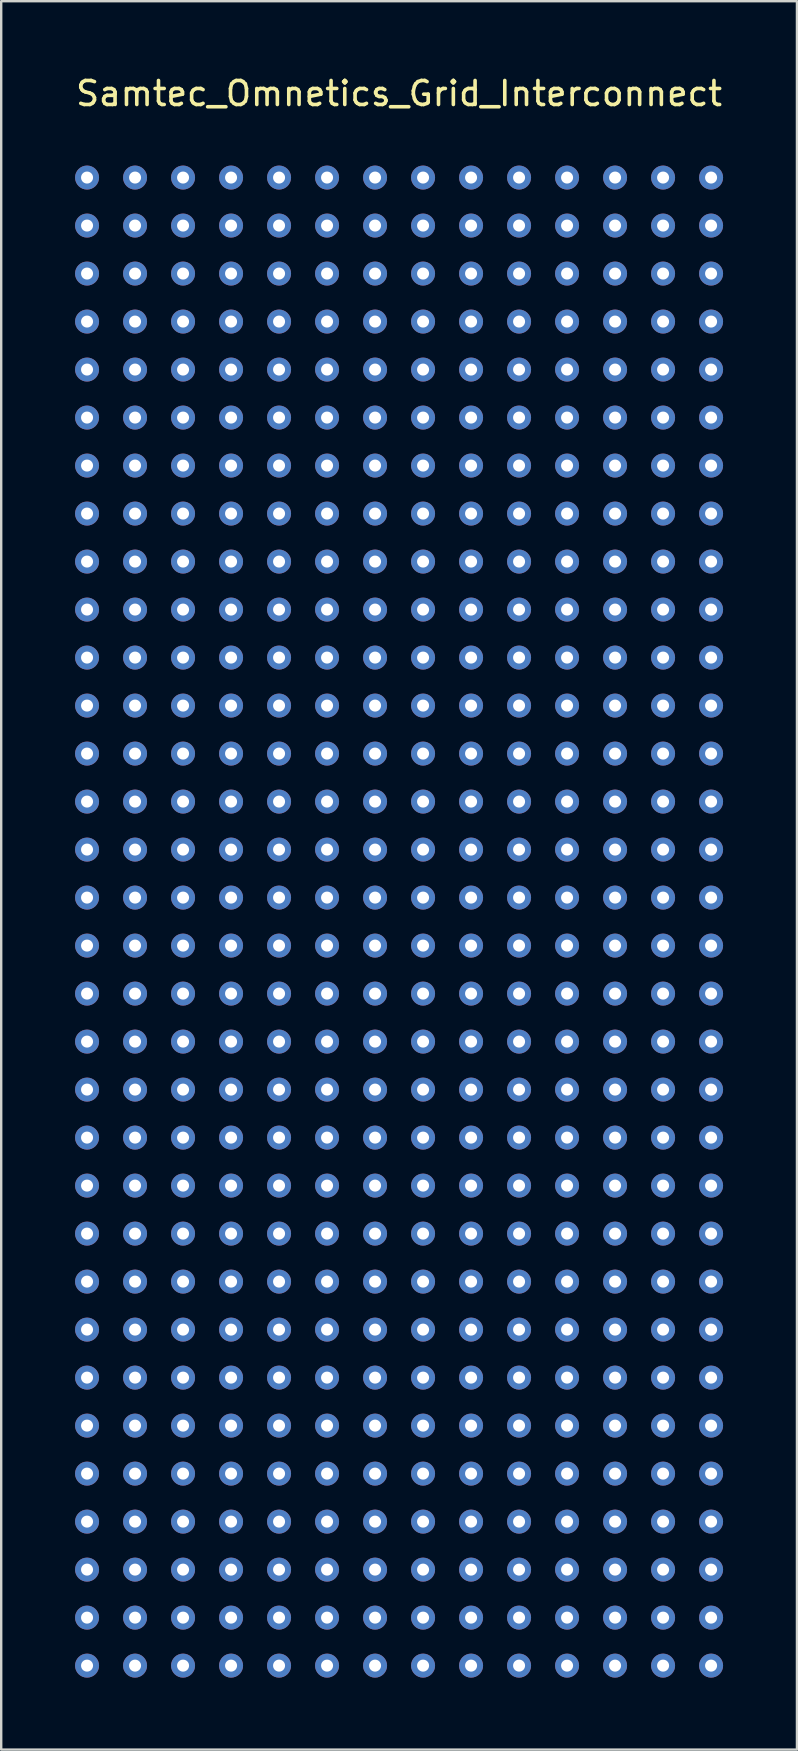
<source format=kicad_pcb>
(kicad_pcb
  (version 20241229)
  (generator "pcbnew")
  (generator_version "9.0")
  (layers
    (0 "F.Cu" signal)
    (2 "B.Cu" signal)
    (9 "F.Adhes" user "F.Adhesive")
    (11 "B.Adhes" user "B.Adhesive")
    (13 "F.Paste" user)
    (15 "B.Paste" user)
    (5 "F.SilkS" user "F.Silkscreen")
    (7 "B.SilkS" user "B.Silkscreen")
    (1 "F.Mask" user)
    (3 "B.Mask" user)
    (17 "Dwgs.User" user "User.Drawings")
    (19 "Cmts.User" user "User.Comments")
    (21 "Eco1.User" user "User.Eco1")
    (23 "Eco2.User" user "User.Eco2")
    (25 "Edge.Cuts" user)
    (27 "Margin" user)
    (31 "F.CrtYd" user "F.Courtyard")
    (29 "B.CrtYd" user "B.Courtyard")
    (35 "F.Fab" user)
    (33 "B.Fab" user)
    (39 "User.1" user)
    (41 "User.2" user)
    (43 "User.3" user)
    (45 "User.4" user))
  (footprint "Samtec_Omnetics_Grid_Interconnect"
    (layer "F.Cu")
    (at 13.577 0.348)
    (property "Reference" "Samtec_Omnetics_Grid_Interconnect" (at 0 0.5 0) (layer "F.SilkS") (effects (font (size 1 1) (thickness 0.15))))
    (attr through_hole)
    (pad "A1" thru_hole circle (at -13 4) (size 1 1) (drill 0.5) (layers "*.Cu" "*.Mask"))
    (pad "A2" thru_hole circle (at -13 6) (size 1 1) (drill 0.5) (layers "*.Cu" "*.Mask"))
    (pad "A3" thru_hole circle (at -13 8) (size 1 1) (drill 0.5) (layers "*.Cu" "*.Mask"))
    (pad "A4" thru_hole circle (at -13 10) (size 1 1) (drill 0.5) (layers "*.Cu" "*.Mask"))
    (pad "A5" thru_hole circle (at -13 12) (size 1 1) (drill 0.5) (layers "*.Cu" "*.Mask"))
    (pad "A6" thru_hole circle (at -13 14) (size 1 1) (drill 0.5) (layers "*.Cu" "*.Mask"))
    (pad "A7" thru_hole circle (at -13 16) (size 1 1) (drill 0.5) (layers "*.Cu" "*.Mask"))
    (pad "A8" thru_hole circle (at -13 18) (size 1 1) (drill 0.5) (layers "*.Cu" "*.Mask"))
    (pad "A9" thru_hole circle (at -13 20) (size 1 1) (drill 0.5) (layers "*.Cu" "*.Mask"))
    (pad "A10" thru_hole circle (at -13 22) (size 1 1) (drill 0.5) (layers "*.Cu" "*.Mask"))
    (pad "A11" thru_hole circle (at -13 24) (size 1 1) (drill 0.5) (layers "*.Cu" "*.Mask"))
    (pad "A12" thru_hole circle (at -13 26) (size 1 1) (drill 0.5) (layers "*.Cu" "*.Mask"))
    (pad "A13" thru_hole circle (at -13 28) (size 1 1) (drill 0.5) (layers "*.Cu" "*.Mask"))
    (pad "A14" thru_hole circle (at -13 30) (size 1 1) (drill 0.5) (layers "*.Cu" "*.Mask"))
    (pad "A15" thru_hole circle (at -13 32) (size 1 1) (drill 0.5) (layers "*.Cu" "*.Mask"))
    (pad "A16" thru_hole circle (at -13 34) (size 1 1) (drill 0.5) (layers "*.Cu" "*.Mask"))
    (pad "A17" thru_hole circle (at -13 36) (size 1 1) (drill 0.5) (layers "*.Cu" "*.Mask"))
    (pad "A18" thru_hole circle (at -13 38) (size 1 1) (drill 0.5) (layers "*.Cu" "*.Mask"))
    (pad "A19" thru_hole circle (at -13 40) (size 1 1) (drill 0.5) (layers "*.Cu" "*.Mask"))
    (pad "A20" thru_hole circle (at -13 42) (size 1 1) (drill 0.5) (layers "*.Cu" "*.Mask"))
    (pad "A21" thru_hole circle (at -13 44) (size 1 1) (drill 0.5) (layers "*.Cu" "*.Mask"))
    (pad "A22" thru_hole circle (at -13 46) (size 1 1) (drill 0.5) (layers "*.Cu" "*.Mask"))
    (pad "A23" thru_hole circle (at -13 48) (size 1 1) (drill 0.5) (layers "*.Cu" "*.Mask"))
    (pad "A24" thru_hole circle (at -13 50) (size 1 1) (drill 0.5) (layers "*.Cu" "*.Mask"))
    (pad "A25" thru_hole circle (at -13 52) (size 1 1) (drill 0.5) (layers "*.Cu" "*.Mask"))
    (pad "A26" thru_hole circle (at -13 54) (size 1 1) (drill 0.5) (layers "*.Cu" "*.Mask"))
    (pad "A27" thru_hole circle (at -13 56) (size 1 1) (drill 0.5) (layers "*.Cu" "*.Mask"))
    (pad "A28" thru_hole circle (at -13 58) (size 1 1) (drill 0.5) (layers "*.Cu" "*.Mask"))
    (pad "A29" thru_hole circle (at -13 60) (size 1 1) (drill 0.5) (layers "*.Cu" "*.Mask"))
    (pad "A30" thru_hole circle (at -13 62) (size 1 1) (drill 0.5) (layers "*.Cu" "*.Mask"))
    (pad "A31" thru_hole circle (at -13 64) (size 1 1) (drill 0.5) (layers "*.Cu" "*.Mask"))
    (pad "A32" thru_hole circle (at -13 66) (size 1 1) (drill 0.5) (layers "*.Cu" "*.Mask"))
    (pad "B1" thru_hole circle (at -11 4) (size 1 1) (drill 0.5) (layers "*.Cu" "*.Mask"))
    (pad "B2" thru_hole circle (at -11 6) (size 1 1) (drill 0.5) (layers "*.Cu" "*.Mask"))
    (pad "B3" thru_hole circle (at -11 8) (size 1 1) (drill 0.5) (layers "*.Cu" "*.Mask"))
    (pad "B4" thru_hole circle (at -11 10) (size 1 1) (drill 0.5) (layers "*.Cu" "*.Mask"))
    (pad "B5" thru_hole circle (at -11 12) (size 1 1) (drill 0.5) (layers "*.Cu" "*.Mask"))
    (pad "B6" thru_hole circle (at -11 14) (size 1 1) (drill 0.5) (layers "*.Cu" "*.Mask"))
    (pad "B7" thru_hole circle (at -11 16) (size 1 1) (drill 0.5) (layers "*.Cu" "*.Mask"))
    (pad "B8" thru_hole circle (at -11 18) (size 1 1) (drill 0.5) (layers "*.Cu" "*.Mask"))
    (pad "B9" thru_hole circle (at -11 20) (size 1 1) (drill 0.5) (layers "*.Cu" "*.Mask"))
    (pad "B10" thru_hole circle (at -11 22) (size 1 1) (drill 0.5) (layers "*.Cu" "*.Mask"))
    (pad "B11" thru_hole circle (at -11 24) (size 1 1) (drill 0.5) (layers "*.Cu" "*.Mask"))
    (pad "B12" thru_hole circle (at -11 26) (size 1 1) (drill 0.5) (layers "*.Cu" "*.Mask"))
    (pad "B13" thru_hole circle (at -11 28) (size 1 1) (drill 0.5) (layers "*.Cu" "*.Mask"))
    (pad "B14" thru_hole circle (at -11 30) (size 1 1) (drill 0.5) (layers "*.Cu" "*.Mask"))
    (pad "B15" thru_hole circle (at -11 32) (size 1 1) (drill 0.5) (layers "*.Cu" "*.Mask"))
    (pad "B16" thru_hole circle (at -11 34) (size 1 1) (drill 0.5) (layers "*.Cu" "*.Mask"))
    (pad "B17" thru_hole circle (at -11 36) (size 1 1) (drill 0.5) (layers "*.Cu" "*.Mask"))
    (pad "B18" thru_hole circle (at -11 38) (size 1 1) (drill 0.5) (layers "*.Cu" "*.Mask"))
    (pad "B19" thru_hole circle (at -11 40) (size 1 1) (drill 0.5) (layers "*.Cu" "*.Mask"))
    (pad "B20" thru_hole circle (at -11 42) (size 1 1) (drill 0.5) (layers "*.Cu" "*.Mask"))
    (pad "B21" thru_hole circle (at -11 44) (size 1 1) (drill 0.5) (layers "*.Cu" "*.Mask"))
    (pad "B22" thru_hole circle (at -11 46) (size 1 1) (drill 0.5) (layers "*.Cu" "*.Mask"))
    (pad "B23" thru_hole circle (at -11 48) (size 1 1) (drill 0.5) (layers "*.Cu" "*.Mask"))
    (pad "B24" thru_hole circle (at -11 50) (size 1 1) (drill 0.5) (layers "*.Cu" "*.Mask"))
    (pad "B25" thru_hole circle (at -11 52) (size 1 1) (drill 0.5) (layers "*.Cu" "*.Mask"))
    (pad "B26" thru_hole circle (at -11 54) (size 1 1) (drill 0.5) (layers "*.Cu" "*.Mask"))
    (pad "B27" thru_hole circle (at -11 56) (size 1 1) (drill 0.5) (layers "*.Cu" "*.Mask"))
    (pad "B28" thru_hole circle (at -11 58) (size 1 1) (drill 0.5) (layers "*.Cu" "*.Mask"))
    (pad "B29" thru_hole circle (at -11 60) (size 1 1) (drill 0.5) (layers "*.Cu" "*.Mask"))
    (pad "B30" thru_hole circle (at -11 62) (size 1 1) (drill 0.5) (layers "*.Cu" "*.Mask"))
    (pad "B31" thru_hole circle (at -11 64) (size 1 1) (drill 0.5) (layers "*.Cu" "*.Mask"))
    (pad "B32" thru_hole circle (at -11 66) (size 1 1) (drill 0.5) (layers "*.Cu" "*.Mask"))
    (pad "C1" thru_hole circle (at -9 4) (size 1 1) (drill 0.5) (layers "*.Cu" "*.Mask"))
    (pad "C2" thru_hole circle (at -9 6) (size 1 1) (drill 0.5) (layers "*.Cu" "*.Mask"))
    (pad "C3" thru_hole circle (at -9 8) (size 1 1) (drill 0.5) (layers "*.Cu" "*.Mask"))
    (pad "C4" thru_hole circle (at -9 10) (size 1 1) (drill 0.5) (layers "*.Cu" "*.Mask"))
    (pad "C5" thru_hole circle (at -9 12) (size 1 1) (drill 0.5) (layers "*.Cu" "*.Mask"))
    (pad "C6" thru_hole circle (at -9 14) (size 1 1) (drill 0.5) (layers "*.Cu" "*.Mask"))
    (pad "C7" thru_hole circle (at -9 16) (size 1 1) (drill 0.5) (layers "*.Cu" "*.Mask"))
    (pad "C8" thru_hole circle (at -9 18) (size 1 1) (drill 0.5) (layers "*.Cu" "*.Mask"))
    (pad "C9" thru_hole circle (at -9 20) (size 1 1) (drill 0.5) (layers "*.Cu" "*.Mask"))
    (pad "C10" thru_hole circle (at -9 22) (size 1 1) (drill 0.5) (layers "*.Cu" "*.Mask"))
    (pad "C11" thru_hole circle (at -9 24) (size 1 1) (drill 0.5) (layers "*.Cu" "*.Mask"))
    (pad "C12" thru_hole circle (at -9 26) (size 1 1) (drill 0.5) (layers "*.Cu" "*.Mask"))
    (pad "C13" thru_hole circle (at -9 28) (size 1 1) (drill 0.5) (layers "*.Cu" "*.Mask"))
    (pad "C14" thru_hole circle (at -9 30) (size 1 1) (drill 0.5) (layers "*.Cu" "*.Mask"))
    (pad "C15" thru_hole circle (at -9 32) (size 1 1) (drill 0.5) (layers "*.Cu" "*.Mask"))
    (pad "C16" thru_hole circle (at -9 34) (size 1 1) (drill 0.5) (layers "*.Cu" "*.Mask"))
    (pad "C17" thru_hole circle (at -9 36) (size 1 1) (drill 0.5) (layers "*.Cu" "*.Mask"))
    (pad "C18" thru_hole circle (at -9 38) (size 1 1) (drill 0.5) (layers "*.Cu" "*.Mask"))
    (pad "C19" thru_hole circle (at -9 40) (size 1 1) (drill 0.5) (layers "*.Cu" "*.Mask"))
    (pad "C20" thru_hole circle (at -9 42) (size 1 1) (drill 0.5) (layers "*.Cu" "*.Mask"))
    (pad "C21" thru_hole circle (at -9 44) (size 1 1) (drill 0.5) (layers "*.Cu" "*.Mask"))
    (pad "C22" thru_hole circle (at -9 46) (size 1 1) (drill 0.5) (layers "*.Cu" "*.Mask"))
    (pad "C23" thru_hole circle (at -9 48) (size 1 1) (drill 0.5) (layers "*.Cu" "*.Mask"))
    (pad "C24" thru_hole circle (at -9 50) (size 1 1) (drill 0.5) (layers "*.Cu" "*.Mask"))
    (pad "C25" thru_hole circle (at -9 52) (size 1 1) (drill 0.5) (layers "*.Cu" "*.Mask"))
    (pad "C26" thru_hole circle (at -9 54) (size 1 1) (drill 0.5) (layers "*.Cu" "*.Mask"))
    (pad "C27" thru_hole circle (at -9 56) (size 1 1) (drill 0.5) (layers "*.Cu" "*.Mask"))
    (pad "C28" thru_hole circle (at -9 58) (size 1 1) (drill 0.5) (layers "*.Cu" "*.Mask"))
    (pad "C29" thru_hole circle (at -9 60) (size 1 1) (drill 0.5) (layers "*.Cu" "*.Mask"))
    (pad "C30" thru_hole circle (at -9 62) (size 1 1) (drill 0.5) (layers "*.Cu" "*.Mask"))
    (pad "C31" thru_hole circle (at -9 64) (size 1 1) (drill 0.5) (layers "*.Cu" "*.Mask"))
    (pad "C32" thru_hole circle (at -9 66) (size 1 1) (drill 0.5) (layers "*.Cu" "*.Mask"))
    (pad "D1" thru_hole circle (at -7 4) (size 1 1) (drill 0.5) (layers "*.Cu" "*.Mask"))
    (pad "D2" thru_hole circle (at -7 6) (size 1 1) (drill 0.5) (layers "*.Cu" "*.Mask"))
    (pad "D3" thru_hole circle (at -7 8) (size 1 1) (drill 0.5) (layers "*.Cu" "*.Mask"))
    (pad "D4" thru_hole circle (at -7 10) (size 1 1) (drill 0.5) (layers "*.Cu" "*.Mask"))
    (pad "D5" thru_hole circle (at -7 12) (size 1 1) (drill 0.5) (layers "*.Cu" "*.Mask"))
    (pad "D6" thru_hole circle (at -7 14) (size 1 1) (drill 0.5) (layers "*.Cu" "*.Mask"))
    (pad "D7" thru_hole circle (at -7 16) (size 1 1) (drill 0.5) (layers "*.Cu" "*.Mask"))
    (pad "D8" thru_hole circle (at -7 18) (size 1 1) (drill 0.5) (layers "*.Cu" "*.Mask"))
    (pad "D9" thru_hole circle (at -7 20) (size 1 1) (drill 0.5) (layers "*.Cu" "*.Mask"))
    (pad "D10" thru_hole circle (at -7 22) (size 1 1) (drill 0.5) (layers "*.Cu" "*.Mask"))
    (pad "D11" thru_hole circle (at -7 24) (size 1 1) (drill 0.5) (layers "*.Cu" "*.Mask"))
    (pad "D12" thru_hole circle (at -7 26) (size 1 1) (drill 0.5) (layers "*.Cu" "*.Mask"))
    (pad "D13" thru_hole circle (at -7 28) (size 1 1) (drill 0.5) (layers "*.Cu" "*.Mask"))
    (pad "D14" thru_hole circle (at -7 30) (size 1 1) (drill 0.5) (layers "*.Cu" "*.Mask"))
    (pad "D15" thru_hole circle (at -7 32) (size 1 1) (drill 0.5) (layers "*.Cu" "*.Mask"))
    (pad "D16" thru_hole circle (at -7 34) (size 1 1) (drill 0.5) (layers "*.Cu" "*.Mask"))
    (pad "D17" thru_hole circle (at -7 36) (size 1 1) (drill 0.5) (layers "*.Cu" "*.Mask"))
    (pad "D18" thru_hole circle (at -7 38) (size 1 1) (drill 0.5) (layers "*.Cu" "*.Mask"))
    (pad "D19" thru_hole circle (at -7 40) (size 1 1) (drill 0.5) (layers "*.Cu" "*.Mask"))
    (pad "D20" thru_hole circle (at -7 42) (size 1 1) (drill 0.5) (layers "*.Cu" "*.Mask"))
    (pad "D21" thru_hole circle (at -7 44) (size 1 1) (drill 0.5) (layers "*.Cu" "*.Mask"))
    (pad "D22" thru_hole circle (at -7 46) (size 1 1) (drill 0.5) (layers "*.Cu" "*.Mask"))
    (pad "D23" thru_hole circle (at -7 48) (size 1 1) (drill 0.5) (layers "*.Cu" "*.Mask"))
    (pad "D24" thru_hole circle (at -7 50) (size 1 1) (drill 0.5) (layers "*.Cu" "*.Mask"))
    (pad "D25" thru_hole circle (at -7 52) (size 1 1) (drill 0.5) (layers "*.Cu" "*.Mask"))
    (pad "D26" thru_hole circle (at -7 54) (size 1 1) (drill 0.5) (layers "*.Cu" "*.Mask"))
    (pad "D27" thru_hole circle (at -7 56) (size 1 1) (drill 0.5) (layers "*.Cu" "*.Mask"))
    (pad "D28" thru_hole circle (at -7 58) (size 1 1) (drill 0.5) (layers "*.Cu" "*.Mask"))
    (pad "D29" thru_hole circle (at -7 60) (size 1 1) (drill 0.5) (layers "*.Cu" "*.Mask"))
    (pad "D30" thru_hole circle (at -7 62) (size 1 1) (drill 0.5) (layers "*.Cu" "*.Mask"))
    (pad "D31" thru_hole circle (at -7 64) (size 1 1) (drill 0.5) (layers "*.Cu" "*.Mask"))
    (pad "D32" thru_hole circle (at -7 66) (size 1 1) (drill 0.5) (layers "*.Cu" "*.Mask"))
    (pad "E1" thru_hole circle (at -5 4) (size 1 1) (drill 0.5) (layers "*.Cu" "*.Mask"))
    (pad "E2" thru_hole circle (at -5 6) (size 1 1) (drill 0.5) (layers "*.Cu" "*.Mask"))
    (pad "E3" thru_hole circle (at -5 8) (size 1 1) (drill 0.5) (layers "*.Cu" "*.Mask"))
    (pad "E4" thru_hole circle (at -5 10) (size 1 1) (drill 0.5) (layers "*.Cu" "*.Mask"))
    (pad "E5" thru_hole circle (at -5 12) (size 1 1) (drill 0.5) (layers "*.Cu" "*.Mask"))
    (pad "E6" thru_hole circle (at -5 14) (size 1 1) (drill 0.5) (layers "*.Cu" "*.Mask"))
    (pad "E7" thru_hole circle (at -5 16) (size 1 1) (drill 0.5) (layers "*.Cu" "*.Mask"))
    (pad "E8" thru_hole circle (at -5 18) (size 1 1) (drill 0.5) (layers "*.Cu" "*.Mask"))
    (pad "E9" thru_hole circle (at -5 20) (size 1 1) (drill 0.5) (layers "*.Cu" "*.Mask"))
    (pad "E10" thru_hole circle (at -5 22) (size 1 1) (drill 0.5) (layers "*.Cu" "*.Mask"))
    (pad "E11" thru_hole circle (at -5 24) (size 1 1) (drill 0.5) (layers "*.Cu" "*.Mask"))
    (pad "E12" thru_hole circle (at -5 26) (size 1 1) (drill 0.5) (layers "*.Cu" "*.Mask"))
    (pad "E13" thru_hole circle (at -5 28) (size 1 1) (drill 0.5) (layers "*.Cu" "*.Mask"))
    (pad "E14" thru_hole circle (at -5 30) (size 1 1) (drill 0.5) (layers "*.Cu" "*.Mask"))
    (pad "E15" thru_hole circle (at -5 32) (size 1 1) (drill 0.5) (layers "*.Cu" "*.Mask"))
    (pad "E16" thru_hole circle (at -5 34) (size 1 1) (drill 0.5) (layers "*.Cu" "*.Mask"))
    (pad "E17" thru_hole circle (at -5 36) (size 1 1) (drill 0.5) (layers "*.Cu" "*.Mask"))
    (pad "E18" thru_hole circle (at -5 38) (size 1 1) (drill 0.5) (layers "*.Cu" "*.Mask"))
    (pad "E19" thru_hole circle (at -5 40) (size 1 1) (drill 0.5) (layers "*.Cu" "*.Mask"))
    (pad "E20" thru_hole circle (at -5 42) (size 1 1) (drill 0.5) (layers "*.Cu" "*.Mask"))
    (pad "E21" thru_hole circle (at -5 44) (size 1 1) (drill 0.5) (layers "*.Cu" "*.Mask"))
    (pad "E22" thru_hole circle (at -5 46) (size 1 1) (drill 0.5) (layers "*.Cu" "*.Mask"))
    (pad "E23" thru_hole circle (at -5 48) (size 1 1) (drill 0.5) (layers "*.Cu" "*.Mask"))
    (pad "E24" thru_hole circle (at -5 50) (size 1 1) (drill 0.5) (layers "*.Cu" "*.Mask"))
    (pad "E25" thru_hole circle (at -5 52) (size 1 1) (drill 0.5) (layers "*.Cu" "*.Mask"))
    (pad "E26" thru_hole circle (at -5 54) (size 1 1) (drill 0.5) (layers "*.Cu" "*.Mask"))
    (pad "E27" thru_hole circle (at -5 56) (size 1 1) (drill 0.5) (layers "*.Cu" "*.Mask"))
    (pad "E28" thru_hole circle (at -5 58) (size 1 1) (drill 0.5) (layers "*.Cu" "*.Mask"))
    (pad "E29" thru_hole circle (at -5 60) (size 1 1) (drill 0.5) (layers "*.Cu" "*.Mask"))
    (pad "E30" thru_hole circle (at -5 62) (size 1 1) (drill 0.5) (layers "*.Cu" "*.Mask"))
    (pad "E31" thru_hole circle (at -5 64) (size 1 1) (drill 0.5) (layers "*.Cu" "*.Mask"))
    (pad "E32" thru_hole circle (at -5 66) (size 1 1) (drill 0.5) (layers "*.Cu" "*.Mask"))
    (pad "F1" thru_hole circle (at -3 4) (size 1 1) (drill 0.5) (layers "*.Cu" "*.Mask"))
    (pad "F2" thru_hole circle (at -3 6) (size 1 1) (drill 0.5) (layers "*.Cu" "*.Mask"))
    (pad "F3" thru_hole circle (at -3 8) (size 1 1) (drill 0.5) (layers "*.Cu" "*.Mask"))
    (pad "F4" thru_hole circle (at -3 10) (size 1 1) (drill 0.5) (layers "*.Cu" "*.Mask"))
    (pad "F5" thru_hole circle (at -3 12) (size 1 1) (drill 0.5) (layers "*.Cu" "*.Mask"))
    (pad "F6" thru_hole circle (at -3 14) (size 1 1) (drill 0.5) (layers "*.Cu" "*.Mask"))
    (pad "F7" thru_hole circle (at -3 16) (size 1 1) (drill 0.5) (layers "*.Cu" "*.Mask"))
    (pad "F8" thru_hole circle (at -3 18) (size 1 1) (drill 0.5) (layers "*.Cu" "*.Mask"))
    (pad "F9" thru_hole circle (at -3 20) (size 1 1) (drill 0.5) (layers "*.Cu" "*.Mask"))
    (pad "F10" thru_hole circle (at -3 22) (size 1 1) (drill 0.5) (layers "*.Cu" "*.Mask"))
    (pad "F11" thru_hole circle (at -3 24) (size 1 1) (drill 0.5) (layers "*.Cu" "*.Mask"))
    (pad "F12" thru_hole circle (at -3 26) (size 1 1) (drill 0.5) (layers "*.Cu" "*.Mask"))
    (pad "F13" thru_hole circle (at -3 28) (size 1 1) (drill 0.5) (layers "*.Cu" "*.Mask"))
    (pad "F14" thru_hole circle (at -3 30) (size 1 1) (drill 0.5) (layers "*.Cu" "*.Mask"))
    (pad "F15" thru_hole circle (at -3 32) (size 1 1) (drill 0.5) (layers "*.Cu" "*.Mask"))
    (pad "F16" thru_hole circle (at -3 34) (size 1 1) (drill 0.5) (layers "*.Cu" "*.Mask"))
    (pad "F17" thru_hole circle (at -3 36) (size 1 1) (drill 0.5) (layers "*.Cu" "*.Mask"))
    (pad "F18" thru_hole circle (at -3 38) (size 1 1) (drill 0.5) (layers "*.Cu" "*.Mask"))
    (pad "F19" thru_hole circle (at -3 40) (size 1 1) (drill 0.5) (layers "*.Cu" "*.Mask"))
    (pad "F20" thru_hole circle (at -3 42) (size 1 1) (drill 0.5) (layers "*.Cu" "*.Mask"))
    (pad "F21" thru_hole circle (at -3 44) (size 1 1) (drill 0.5) (layers "*.Cu" "*.Mask"))
    (pad "F22" thru_hole circle (at -3 46) (size 1 1) (drill 0.5) (layers "*.Cu" "*.Mask"))
    (pad "F23" thru_hole circle (at -3 48) (size 1 1) (drill 0.5) (layers "*.Cu" "*.Mask"))
    (pad "F24" thru_hole circle (at -3 50) (size 1 1) (drill 0.5) (layers "*.Cu" "*.Mask"))
    (pad "F25" thru_hole circle (at -3 52) (size 1 1) (drill 0.5) (layers "*.Cu" "*.Mask"))
    (pad "F26" thru_hole circle (at -3 54) (size 1 1) (drill 0.5) (layers "*.Cu" "*.Mask"))
    (pad "F27" thru_hole circle (at -3 56) (size 1 1) (drill 0.5) (layers "*.Cu" "*.Mask"))
    (pad "F28" thru_hole circle (at -3 58) (size 1 1) (drill 0.5) (layers "*.Cu" "*.Mask"))
    (pad "F29" thru_hole circle (at -3 60) (size 1 1) (drill 0.5) (layers "*.Cu" "*.Mask"))
    (pad "F30" thru_hole circle (at -3 62) (size 1 1) (drill 0.5) (layers "*.Cu" "*.Mask"))
    (pad "F31" thru_hole circle (at -3 64) (size 1 1) (drill 0.5) (layers "*.Cu" "*.Mask"))
    (pad "F32" thru_hole circle (at -3 66) (size 1 1) (drill 0.5) (layers "*.Cu" "*.Mask"))
    (pad "G1" thru_hole circle (at -1 4) (size 1 1) (drill 0.5) (layers "*.Cu" "*.Mask"))
    (pad "G2" thru_hole circle (at -1 6) (size 1 1) (drill 0.5) (layers "*.Cu" "*.Mask"))
    (pad "G3" thru_hole circle (at -1 8) (size 1 1) (drill 0.5) (layers "*.Cu" "*.Mask"))
    (pad "G4" thru_hole circle (at -1 10) (size 1 1) (drill 0.5) (layers "*.Cu" "*.Mask"))
    (pad "G5" thru_hole circle (at -1 12) (size 1 1) (drill 0.5) (layers "*.Cu" "*.Mask"))
    (pad "G6" thru_hole circle (at -1 14) (size 1 1) (drill 0.5) (layers "*.Cu" "*.Mask"))
    (pad "G7" thru_hole circle (at -1 16) (size 1 1) (drill 0.5) (layers "*.Cu" "*.Mask"))
    (pad "G8" thru_hole circle (at -1 18) (size 1 1) (drill 0.5) (layers "*.Cu" "*.Mask"))
    (pad "G9" thru_hole circle (at -1 20) (size 1 1) (drill 0.5) (layers "*.Cu" "*.Mask"))
    (pad "G10" thru_hole circle (at -1 22) (size 1 1) (drill 0.5) (layers "*.Cu" "*.Mask"))
    (pad "G11" thru_hole circle (at -1 24) (size 1 1) (drill 0.5) (layers "*.Cu" "*.Mask"))
    (pad "G12" thru_hole circle (at -1 26) (size 1 1) (drill 0.5) (layers "*.Cu" "*.Mask"))
    (pad "G13" thru_hole circle (at -1 28) (size 1 1) (drill 0.5) (layers "*.Cu" "*.Mask"))
    (pad "G14" thru_hole circle (at -1 30) (size 1 1) (drill 0.5) (layers "*.Cu" "*.Mask"))
    (pad "G15" thru_hole circle (at -1 32) (size 1 1) (drill 0.5) (layers "*.Cu" "*.Mask"))
    (pad "G16" thru_hole circle (at -1 34) (size 1 1) (drill 0.5) (layers "*.Cu" "*.Mask"))
    (pad "G17" thru_hole circle (at -1 36) (size 1 1) (drill 0.5) (layers "*.Cu" "*.Mask"))
    (pad "G18" thru_hole circle (at -1 38) (size 1 1) (drill 0.5) (layers "*.Cu" "*.Mask"))
    (pad "G19" thru_hole circle (at -1 40) (size 1 1) (drill 0.5) (layers "*.Cu" "*.Mask"))
    (pad "G20" thru_hole circle (at -1 42) (size 1 1) (drill 0.5) (layers "*.Cu" "*.Mask"))
    (pad "G21" thru_hole circle (at -1 44) (size 1 1) (drill 0.5) (layers "*.Cu" "*.Mask"))
    (pad "G22" thru_hole circle (at -1 46) (size 1 1) (drill 0.5) (layers "*.Cu" "*.Mask"))
    (pad "G23" thru_hole circle (at -1 48) (size 1 1) (drill 0.5) (layers "*.Cu" "*.Mask"))
    (pad "G24" thru_hole circle (at -1 50) (size 1 1) (drill 0.5) (layers "*.Cu" "*.Mask"))
    (pad "G25" thru_hole circle (at -1 52) (size 1 1) (drill 0.5) (layers "*.Cu" "*.Mask"))
    (pad "G26" thru_hole circle (at -1 54) (size 1 1) (drill 0.5) (layers "*.Cu" "*.Mask"))
    (pad "G27" thru_hole circle (at -1 56) (size 1 1) (drill 0.5) (layers "*.Cu" "*.Mask"))
    (pad "G28" thru_hole circle (at -1 58) (size 1 1) (drill 0.5) (layers "*.Cu" "*.Mask"))
    (pad "G29" thru_hole circle (at -1 60) (size 1 1) (drill 0.5) (layers "*.Cu" "*.Mask"))
    (pad "G30" thru_hole circle (at -1 62) (size 1 1) (drill 0.5) (layers "*.Cu" "*.Mask"))
    (pad "G31" thru_hole circle (at -1 64) (size 1 1) (drill 0.5) (layers "*.Cu" "*.Mask"))
    (pad "G32" thru_hole circle (at -1 66) (size 1 1) (drill 0.5) (layers "*.Cu" "*.Mask"))
    (pad "H1" thru_hole circle (at 1 4) (size 1 1) (drill 0.5) (layers "*.Cu" "*.Mask"))
    (pad "H2" thru_hole circle (at 1 6) (size 1 1) (drill 0.5) (layers "*.Cu" "*.Mask"))
    (pad "H3" thru_hole circle (at 1 8) (size 1 1) (drill 0.5) (layers "*.Cu" "*.Mask"))
    (pad "H4" thru_hole circle (at 1 10) (size 1 1) (drill 0.5) (layers "*.Cu" "*.Mask"))
    (pad "H5" thru_hole circle (at 1 12) (size 1 1) (drill 0.5) (layers "*.Cu" "*.Mask"))
    (pad "H6" thru_hole circle (at 1 14) (size 1 1) (drill 0.5) (layers "*.Cu" "*.Mask"))
    (pad "H7" thru_hole circle (at 1 16) (size 1 1) (drill 0.5) (layers "*.Cu" "*.Mask"))
    (pad "H8" thru_hole circle (at 1 18) (size 1 1) (drill 0.5) (layers "*.Cu" "*.Mask"))
    (pad "H9" thru_hole circle (at 1 20) (size 1 1) (drill 0.5) (layers "*.Cu" "*.Mask"))
    (pad "H10" thru_hole circle (at 1 22) (size 1 1) (drill 0.5) (layers "*.Cu" "*.Mask"))
    (pad "H11" thru_hole circle (at 1 24) (size 1 1) (drill 0.5) (layers "*.Cu" "*.Mask"))
    (pad "H12" thru_hole circle (at 1 26) (size 1 1) (drill 0.5) (layers "*.Cu" "*.Mask"))
    (pad "H13" thru_hole circle (at 1 28) (size 1 1) (drill 0.5) (layers "*.Cu" "*.Mask"))
    (pad "H14" thru_hole circle (at 1 30) (size 1 1) (drill 0.5) (layers "*.Cu" "*.Mask"))
    (pad "H15" thru_hole circle (at 1 32) (size 1 1) (drill 0.5) (layers "*.Cu" "*.Mask"))
    (pad "H16" thru_hole circle (at 1 34) (size 1 1) (drill 0.5) (layers "*.Cu" "*.Mask"))
    (pad "H17" thru_hole circle (at 1 36) (size 1 1) (drill 0.5) (layers "*.Cu" "*.Mask"))
    (pad "H18" thru_hole circle (at 1 38) (size 1 1) (drill 0.5) (layers "*.Cu" "*.Mask"))
    (pad "H19" thru_hole circle (at 1 40) (size 1 1) (drill 0.5) (layers "*.Cu" "*.Mask"))
    (pad "H20" thru_hole circle (at 1 42) (size 1 1) (drill 0.5) (layers "*.Cu" "*.Mask"))
    (pad "H21" thru_hole circle (at 1 44) (size 1 1) (drill 0.5) (layers "*.Cu" "*.Mask"))
    (pad "H22" thru_hole circle (at 1 46) (size 1 1) (drill 0.5) (layers "*.Cu" "*.Mask"))
    (pad "H23" thru_hole circle (at 1 48) (size 1 1) (drill 0.5) (layers "*.Cu" "*.Mask"))
    (pad "H24" thru_hole circle (at 1 50) (size 1 1) (drill 0.5) (layers "*.Cu" "*.Mask"))
    (pad "H25" thru_hole circle (at 1 52) (size 1 1) (drill 0.5) (layers "*.Cu" "*.Mask"))
    (pad "H26" thru_hole circle (at 1 54) (size 1 1) (drill 0.5) (layers "*.Cu" "*.Mask"))
    (pad "H27" thru_hole circle (at 1 56) (size 1 1) (drill 0.5) (layers "*.Cu" "*.Mask"))
    (pad "H28" thru_hole circle (at 1 58) (size 1 1) (drill 0.5) (layers "*.Cu" "*.Mask"))
    (pad "H29" thru_hole circle (at 1 60) (size 1 1) (drill 0.5) (layers "*.Cu" "*.Mask"))
    (pad "H30" thru_hole circle (at 1 62) (size 1 1) (drill 0.5) (layers "*.Cu" "*.Mask"))
    (pad "H31" thru_hole circle (at 1 64) (size 1 1) (drill 0.5) (layers "*.Cu" "*.Mask"))
    (pad "H32" thru_hole circle (at 1 66) (size 1 1) (drill 0.5) (layers "*.Cu" "*.Mask"))
    (pad "I1" thru_hole circle (at 3 4) (size 1 1) (drill 0.5) (layers "*.Cu" "*.Mask"))
    (pad "I2" thru_hole circle (at 3 6) (size 1 1) (drill 0.5) (layers "*.Cu" "*.Mask"))
    (pad "I3" thru_hole circle (at 3 8) (size 1 1) (drill 0.5) (layers "*.Cu" "*.Mask"))
    (pad "I4" thru_hole circle (at 3 10) (size 1 1) (drill 0.5) (layers "*.Cu" "*.Mask"))
    (pad "I5" thru_hole circle (at 3 12) (size 1 1) (drill 0.5) (layers "*.Cu" "*.Mask"))
    (pad "I6" thru_hole circle (at 3 14) (size 1 1) (drill 0.5) (layers "*.Cu" "*.Mask"))
    (pad "I7" thru_hole circle (at 3 16) (size 1 1) (drill 0.5) (layers "*.Cu" "*.Mask"))
    (pad "I8" thru_hole circle (at 3 18) (size 1 1) (drill 0.5) (layers "*.Cu" "*.Mask"))
    (pad "I9" thru_hole circle (at 3 20) (size 1 1) (drill 0.5) (layers "*.Cu" "*.Mask"))
    (pad "I10" thru_hole circle (at 3 22) (size 1 1) (drill 0.5) (layers "*.Cu" "*.Mask"))
    (pad "I11" thru_hole circle (at 3 24) (size 1 1) (drill 0.5) (layers "*.Cu" "*.Mask"))
    (pad "I12" thru_hole circle (at 3 26) (size 1 1) (drill 0.5) (layers "*.Cu" "*.Mask"))
    (pad "I13" thru_hole circle (at 3 28) (size 1 1) (drill 0.5) (layers "*.Cu" "*.Mask"))
    (pad "I14" thru_hole circle (at 3 30) (size 1 1) (drill 0.5) (layers "*.Cu" "*.Mask"))
    (pad "I15" thru_hole circle (at 3 32) (size 1 1) (drill 0.5) (layers "*.Cu" "*.Mask"))
    (pad "I16" thru_hole circle (at 3 34) (size 1 1) (drill 0.5) (layers "*.Cu" "*.Mask"))
    (pad "I17" thru_hole circle (at 3 36) (size 1 1) (drill 0.5) (layers "*.Cu" "*.Mask"))
    (pad "I18" thru_hole circle (at 3 38) (size 1 1) (drill 0.5) (layers "*.Cu" "*.Mask"))
    (pad "I19" thru_hole circle (at 3 40) (size 1 1) (drill 0.5) (layers "*.Cu" "*.Mask"))
    (pad "I20" thru_hole circle (at 3 42) (size 1 1) (drill 0.5) (layers "*.Cu" "*.Mask"))
    (pad "I21" thru_hole circle (at 3 44) (size 1 1) (drill 0.5) (layers "*.Cu" "*.Mask"))
    (pad "I22" thru_hole circle (at 3 46) (size 1 1) (drill 0.5) (layers "*.Cu" "*.Mask"))
    (pad "I23" thru_hole circle (at 3 48) (size 1 1) (drill 0.5) (layers "*.Cu" "*.Mask"))
    (pad "I24" thru_hole circle (at 3 50) (size 1 1) (drill 0.5) (layers "*.Cu" "*.Mask"))
    (pad "I25" thru_hole circle (at 3 52) (size 1 1) (drill 0.5) (layers "*.Cu" "*.Mask"))
    (pad "I26" thru_hole circle (at 3 54) (size 1 1) (drill 0.5) (layers "*.Cu" "*.Mask"))
    (pad "I27" thru_hole circle (at 3 56) (size 1 1) (drill 0.5) (layers "*.Cu" "*.Mask"))
    (pad "I28" thru_hole circle (at 3 58) (size 1 1) (drill 0.5) (layers "*.Cu" "*.Mask"))
    (pad "I29" thru_hole circle (at 3 60) (size 1 1) (drill 0.5) (layers "*.Cu" "*.Mask"))
    (pad "I30" thru_hole circle (at 3 62) (size 1 1) (drill 0.5) (layers "*.Cu" "*.Mask"))
    (pad "I31" thru_hole circle (at 3 64) (size 1 1) (drill 0.5) (layers "*.Cu" "*.Mask"))
    (pad "I32" thru_hole circle (at 3 66) (size 1 1) (drill 0.5) (layers "*.Cu" "*.Mask"))
    (pad "J1" thru_hole circle (at 5 4) (size 1 1) (drill 0.5) (layers "*.Cu" "*.Mask"))
    (pad "J2" thru_hole circle (at 5 6) (size 1 1) (drill 0.5) (layers "*.Cu" "*.Mask"))
    (pad "J3" thru_hole circle (at 5 8) (size 1 1) (drill 0.5) (layers "*.Cu" "*.Mask"))
    (pad "J4" thru_hole circle (at 5 10) (size 1 1) (drill 0.5) (layers "*.Cu" "*.Mask"))
    (pad "J5" thru_hole circle (at 5 12) (size 1 1) (drill 0.5) (layers "*.Cu" "*.Mask"))
    (pad "J6" thru_hole circle (at 5 14) (size 1 1) (drill 0.5) (layers "*.Cu" "*.Mask"))
    (pad "J7" thru_hole circle (at 5 16) (size 1 1) (drill 0.5) (layers "*.Cu" "*.Mask"))
    (pad "J8" thru_hole circle (at 5 18) (size 1 1) (drill 0.5) (layers "*.Cu" "*.Mask"))
    (pad "J9" thru_hole circle (at 5 20) (size 1 1) (drill 0.5) (layers "*.Cu" "*.Mask"))
    (pad "J10" thru_hole circle (at 5 22) (size 1 1) (drill 0.5) (layers "*.Cu" "*.Mask"))
    (pad "J11" thru_hole circle (at 5 24) (size 1 1) (drill 0.5) (layers "*.Cu" "*.Mask"))
    (pad "J12" thru_hole circle (at 5 26) (size 1 1) (drill 0.5) (layers "*.Cu" "*.Mask"))
    (pad "J13" thru_hole circle (at 5 28) (size 1 1) (drill 0.5) (layers "*.Cu" "*.Mask"))
    (pad "J14" thru_hole circle (at 5 30) (size 1 1) (drill 0.5) (layers "*.Cu" "*.Mask"))
    (pad "J15" thru_hole circle (at 5 32) (size 1 1) (drill 0.5) (layers "*.Cu" "*.Mask"))
    (pad "J16" thru_hole circle (at 5 34) (size 1 1) (drill 0.5) (layers "*.Cu" "*.Mask"))
    (pad "J17" thru_hole circle (at 5 36) (size 1 1) (drill 0.5) (layers "*.Cu" "*.Mask"))
    (pad "J18" thru_hole circle (at 5 38) (size 1 1) (drill 0.5) (layers "*.Cu" "*.Mask"))
    (pad "J19" thru_hole circle (at 5 40) (size 1 1) (drill 0.5) (layers "*.Cu" "*.Mask"))
    (pad "J20" thru_hole circle (at 5 42) (size 1 1) (drill 0.5) (layers "*.Cu" "*.Mask"))
    (pad "J21" thru_hole circle (at 5 44) (size 1 1) (drill 0.5) (layers "*.Cu" "*.Mask"))
    (pad "J22" thru_hole circle (at 5 46) (size 1 1) (drill 0.5) (layers "*.Cu" "*.Mask"))
    (pad "J23" thru_hole circle (at 5 48) (size 1 1) (drill 0.5) (layers "*.Cu" "*.Mask"))
    (pad "J24" thru_hole circle (at 5 50) (size 1 1) (drill 0.5) (layers "*.Cu" "*.Mask"))
    (pad "J25" thru_hole circle (at 5 52) (size 1 1) (drill 0.5) (layers "*.Cu" "*.Mask"))
    (pad "J26" thru_hole circle (at 5 54) (size 1 1) (drill 0.5) (layers "*.Cu" "*.Mask"))
    (pad "J27" thru_hole circle (at 5 56) (size 1 1) (drill 0.5) (layers "*.Cu" "*.Mask"))
    (pad "J28" thru_hole circle (at 5 58) (size 1 1) (drill 0.5) (layers "*.Cu" "*.Mask"))
    (pad "J29" thru_hole circle (at 5 60) (size 1 1) (drill 0.5) (layers "*.Cu" "*.Mask"))
    (pad "J30" thru_hole circle (at 5 62) (size 1 1) (drill 0.5) (layers "*.Cu" "*.Mask"))
    (pad "J31" thru_hole circle (at 5 64) (size 1 1) (drill 0.5) (layers "*.Cu" "*.Mask"))
    (pad "J32" thru_hole circle (at 5 66) (size 1 1) (drill 0.5) (layers "*.Cu" "*.Mask"))
    (pad "K1" thru_hole circle (at 7 4) (size 1 1) (drill 0.5) (layers "*.Cu" "*.Mask"))
    (pad "K2" thru_hole circle (at 7 6) (size 1 1) (drill 0.5) (layers "*.Cu" "*.Mask"))
    (pad "K3" thru_hole circle (at 7 8) (size 1 1) (drill 0.5) (layers "*.Cu" "*.Mask"))
    (pad "K4" thru_hole circle (at 7 10) (size 1 1) (drill 0.5) (layers "*.Cu" "*.Mask"))
    (pad "K5" thru_hole circle (at 7 12) (size 1 1) (drill 0.5) (layers "*.Cu" "*.Mask"))
    (pad "K6" thru_hole circle (at 7 14) (size 1 1) (drill 0.5) (layers "*.Cu" "*.Mask"))
    (pad "K7" thru_hole circle (at 7 16) (size 1 1) (drill 0.5) (layers "*.Cu" "*.Mask"))
    (pad "K8" thru_hole circle (at 7 18) (size 1 1) (drill 0.5) (layers "*.Cu" "*.Mask"))
    (pad "K9" thru_hole circle (at 7 20) (size 1 1) (drill 0.5) (layers "*.Cu" "*.Mask"))
    (pad "K10" thru_hole circle (at 7 22) (size 1 1) (drill 0.5) (layers "*.Cu" "*.Mask"))
    (pad "K11" thru_hole circle (at 7 24) (size 1 1) (drill 0.5) (layers "*.Cu" "*.Mask"))
    (pad "K12" thru_hole circle (at 7 26) (size 1 1) (drill 0.5) (layers "*.Cu" "*.Mask"))
    (pad "K13" thru_hole circle (at 7 28) (size 1 1) (drill 0.5) (layers "*.Cu" "*.Mask"))
    (pad "K14" thru_hole circle (at 7 30) (size 1 1) (drill 0.5) (layers "*.Cu" "*.Mask"))
    (pad "K15" thru_hole circle (at 7 32) (size 1 1) (drill 0.5) (layers "*.Cu" "*.Mask"))
    (pad "K16" thru_hole circle (at 7 34) (size 1 1) (drill 0.5) (layers "*.Cu" "*.Mask"))
    (pad "K17" thru_hole circle (at 7 36) (size 1 1) (drill 0.5) (layers "*.Cu" "*.Mask"))
    (pad "K18" thru_hole circle (at 7 38) (size 1 1) (drill 0.5) (layers "*.Cu" "*.Mask"))
    (pad "K19" thru_hole circle (at 7 40) (size 1 1) (drill 0.5) (layers "*.Cu" "*.Mask"))
    (pad "K20" thru_hole circle (at 7 42) (size 1 1) (drill 0.5) (layers "*.Cu" "*.Mask"))
    (pad "K21" thru_hole circle (at 7 44) (size 1 1) (drill 0.5) (layers "*.Cu" "*.Mask"))
    (pad "K22" thru_hole circle (at 7 46) (size 1 1) (drill 0.5) (layers "*.Cu" "*.Mask"))
    (pad "K23" thru_hole circle (at 7 48) (size 1 1) (drill 0.5) (layers "*.Cu" "*.Mask"))
    (pad "K24" thru_hole circle (at 7 50) (size 1 1) (drill 0.5) (layers "*.Cu" "*.Mask"))
    (pad "K25" thru_hole circle (at 7 52) (size 1 1) (drill 0.5) (layers "*.Cu" "*.Mask"))
    (pad "K26" thru_hole circle (at 7 54) (size 1 1) (drill 0.5) (layers "*.Cu" "*.Mask"))
    (pad "K27" thru_hole circle (at 7 56) (size 1 1) (drill 0.5) (layers "*.Cu" "*.Mask"))
    (pad "K28" thru_hole circle (at 7 58) (size 1 1) (drill 0.5) (layers "*.Cu" "*.Mask"))
    (pad "K29" thru_hole circle (at 7 60) (size 1 1) (drill 0.5) (layers "*.Cu" "*.Mask"))
    (pad "K30" thru_hole circle (at 7 62) (size 1 1) (drill 0.5) (layers "*.Cu" "*.Mask"))
    (pad "K31" thru_hole circle (at 7 64) (size 1 1) (drill 0.5) (layers "*.Cu" "*.Mask"))
    (pad "K32" thru_hole circle (at 7 66) (size 1 1) (drill 0.5) (layers "*.Cu" "*.Mask"))
    (pad "L1" thru_hole circle (at 9 4) (size 1 1) (drill 0.5) (layers "*.Cu" "*.Mask"))
    (pad "L2" thru_hole circle (at 9 6) (size 1 1) (drill 0.5) (layers "*.Cu" "*.Mask"))
    (pad "L3" thru_hole circle (at 9 8) (size 1 1) (drill 0.5) (layers "*.Cu" "*.Mask"))
    (pad "L4" thru_hole circle (at 9 10) (size 1 1) (drill 0.5) (layers "*.Cu" "*.Mask"))
    (pad "L5" thru_hole circle (at 9 12) (size 1 1) (drill 0.5) (layers "*.Cu" "*.Mask"))
    (pad "L6" thru_hole circle (at 9 14) (size 1 1) (drill 0.5) (layers "*.Cu" "*.Mask"))
    (pad "L7" thru_hole circle (at 9 16) (size 1 1) (drill 0.5) (layers "*.Cu" "*.Mask"))
    (pad "L8" thru_hole circle (at 9 18) (size 1 1) (drill 0.5) (layers "*.Cu" "*.Mask"))
    (pad "L9" thru_hole circle (at 9 20) (size 1 1) (drill 0.5) (layers "*.Cu" "*.Mask"))
    (pad "L10" thru_hole circle (at 9 22) (size 1 1) (drill 0.5) (layers "*.Cu" "*.Mask"))
    (pad "L11" thru_hole circle (at 9 24) (size 1 1) (drill 0.5) (layers "*.Cu" "*.Mask"))
    (pad "L12" thru_hole circle (at 9 26) (size 1 1) (drill 0.5) (layers "*.Cu" "*.Mask"))
    (pad "L13" thru_hole circle (at 9 28) (size 1 1) (drill 0.5) (layers "*.Cu" "*.Mask"))
    (pad "L14" thru_hole circle (at 9 30) (size 1 1) (drill 0.5) (layers "*.Cu" "*.Mask"))
    (pad "L15" thru_hole circle (at 9 32) (size 1 1) (drill 0.5) (layers "*.Cu" "*.Mask"))
    (pad "L16" thru_hole circle (at 9 34) (size 1 1) (drill 0.5) (layers "*.Cu" "*.Mask"))
    (pad "L17" thru_hole circle (at 9 36) (size 1 1) (drill 0.5) (layers "*.Cu" "*.Mask"))
    (pad "L18" thru_hole circle (at 9 38) (size 1 1) (drill 0.5) (layers "*.Cu" "*.Mask"))
    (pad "L19" thru_hole circle (at 9 40) (size 1 1) (drill 0.5) (layers "*.Cu" "*.Mask"))
    (pad "L20" thru_hole circle (at 9 42) (size 1 1) (drill 0.5) (layers "*.Cu" "*.Mask"))
    (pad "L21" thru_hole circle (at 9 44) (size 1 1) (drill 0.5) (layers "*.Cu" "*.Mask"))
    (pad "L22" thru_hole circle (at 9 46) (size 1 1) (drill 0.5) (layers "*.Cu" "*.Mask"))
    (pad "L23" thru_hole circle (at 9 48) (size 1 1) (drill 0.5) (layers "*.Cu" "*.Mask"))
    (pad "L24" thru_hole circle (at 9 50) (size 1 1) (drill 0.5) (layers "*.Cu" "*.Mask"))
    (pad "L25" thru_hole circle (at 9 52) (size 1 1) (drill 0.5) (layers "*.Cu" "*.Mask"))
    (pad "L26" thru_hole circle (at 9 54) (size 1 1) (drill 0.5) (layers "*.Cu" "*.Mask"))
    (pad "L27" thru_hole circle (at 9 56) (size 1 1) (drill 0.5) (layers "*.Cu" "*.Mask"))
    (pad "L28" thru_hole circle (at 9 58) (size 1 1) (drill 0.5) (layers "*.Cu" "*.Mask"))
    (pad "L29" thru_hole circle (at 9 60) (size 1 1) (drill 0.5) (layers "*.Cu" "*.Mask"))
    (pad "L30" thru_hole circle (at 9 62) (size 1 1) (drill 0.5) (layers "*.Cu" "*.Mask"))
    (pad "L31" thru_hole circle (at 9 64) (size 1 1) (drill 0.5) (layers "*.Cu" "*.Mask"))
    (pad "L32" thru_hole circle (at 9 66) (size 1 1) (drill 0.5) (layers "*.Cu" "*.Mask"))
    (pad "M1" thru_hole circle (at 11 4) (size 1 1) (drill 0.5) (layers "*.Cu" "*.Mask"))
    (pad "M2" thru_hole circle (at 11 6) (size 1 1) (drill 0.5) (layers "*.Cu" "*.Mask"))
    (pad "M3" thru_hole circle (at 11 8) (size 1 1) (drill 0.5) (layers "*.Cu" "*.Mask"))
    (pad "M4" thru_hole circle (at 11 10) (size 1 1) (drill 0.5) (layers "*.Cu" "*.Mask"))
    (pad "M5" thru_hole circle (at 11 12) (size 1 1) (drill 0.5) (layers "*.Cu" "*.Mask"))
    (pad "M6" thru_hole circle (at 11 14) (size 1 1) (drill 0.5) (layers "*.Cu" "*.Mask"))
    (pad "M7" thru_hole circle (at 11 16) (size 1 1) (drill 0.5) (layers "*.Cu" "*.Mask"))
    (pad "M8" thru_hole circle (at 11 18) (size 1 1) (drill 0.5) (layers "*.Cu" "*.Mask"))
    (pad "M9" thru_hole circle (at 11 20) (size 1 1) (drill 0.5) (layers "*.Cu" "*.Mask"))
    (pad "M10" thru_hole circle (at 11 22) (size 1 1) (drill 0.5) (layers "*.Cu" "*.Mask"))
    (pad "M11" thru_hole circle (at 11 24) (size 1 1) (drill 0.5) (layers "*.Cu" "*.Mask"))
    (pad "M12" thru_hole circle (at 11 26) (size 1 1) (drill 0.5) (layers "*.Cu" "*.Mask"))
    (pad "M13" thru_hole circle (at 11 28) (size 1 1) (drill 0.5) (layers "*.Cu" "*.Mask"))
    (pad "M14" thru_hole circle (at 11 30) (size 1 1) (drill 0.5) (layers "*.Cu" "*.Mask"))
    (pad "M15" thru_hole circle (at 11 32) (size 1 1) (drill 0.5) (layers "*.Cu" "*.Mask"))
    (pad "M16" thru_hole circle (at 11 34) (size 1 1) (drill 0.5) (layers "*.Cu" "*.Mask"))
    (pad "M17" thru_hole circle (at 11 36) (size 1 1) (drill 0.5) (layers "*.Cu" "*.Mask"))
    (pad "M18" thru_hole circle (at 11 38) (size 1 1) (drill 0.5) (layers "*.Cu" "*.Mask"))
    (pad "M19" thru_hole circle (at 11 40) (size 1 1) (drill 0.5) (layers "*.Cu" "*.Mask"))
    (pad "M20" thru_hole circle (at 11 42) (size 1 1) (drill 0.5) (layers "*.Cu" "*.Mask"))
    (pad "M21" thru_hole circle (at 11 44) (size 1 1) (drill 0.5) (layers "*.Cu" "*.Mask"))
    (pad "M22" thru_hole circle (at 11 46) (size 1 1) (drill 0.5) (layers "*.Cu" "*.Mask"))
    (pad "M23" thru_hole circle (at 11 48) (size 1 1) (drill 0.5) (layers "*.Cu" "*.Mask"))
    (pad "M24" thru_hole circle (at 11 50) (size 1 1) (drill 0.5) (layers "*.Cu" "*.Mask"))
    (pad "M25" thru_hole circle (at 11 52) (size 1 1) (drill 0.5) (layers "*.Cu" "*.Mask"))
    (pad "M26" thru_hole circle (at 11 54) (size 1 1) (drill 0.5) (layers "*.Cu" "*.Mask"))
    (pad "M27" thru_hole circle (at 11 56) (size 1 1) (drill 0.5) (layers "*.Cu" "*.Mask"))
    (pad "M28" thru_hole circle (at 11 58) (size 1 1) (drill 0.5) (layers "*.Cu" "*.Mask"))
    (pad "M29" thru_hole circle (at 11 60) (size 1 1) (drill 0.5) (layers "*.Cu" "*.Mask"))
    (pad "M30" thru_hole circle (at 11 62) (size 1 1) (drill 0.5) (layers "*.Cu" "*.Mask"))
    (pad "M31" thru_hole circle (at 11 64) (size 1 1) (drill 0.5) (layers "*.Cu" "*.Mask"))
    (pad "M32" thru_hole circle (at 11 66) (size 1 1) (drill 0.5) (layers "*.Cu" "*.Mask"))
    (pad "N1" thru_hole circle (at 13 4) (size 1 1) (drill 0.5) (layers "*.Cu" "*.Mask"))
    (pad "N2" thru_hole circle (at 13 6) (size 1 1) (drill 0.5) (layers "*.Cu" "*.Mask"))
    (pad "N3" thru_hole circle (at 13 8) (size 1 1) (drill 0.5) (layers "*.Cu" "*.Mask"))
    (pad "N4" thru_hole circle (at 13 10) (size 1 1) (drill 0.5) (layers "*.Cu" "*.Mask"))
    (pad "N5" thru_hole circle (at 13 12) (size 1 1) (drill 0.5) (layers "*.Cu" "*.Mask"))
    (pad "N6" thru_hole circle (at 13 14) (size 1 1) (drill 0.5) (layers "*.Cu" "*.Mask"))
    (pad "N7" thru_hole circle (at 13 16) (size 1 1) (drill 0.5) (layers "*.Cu" "*.Mask"))
    (pad "N8" thru_hole circle (at 13 18) (size 1 1) (drill 0.5) (layers "*.Cu" "*.Mask"))
    (pad "N9" thru_hole circle (at 13 20) (size 1 1) (drill 0.5) (layers "*.Cu" "*.Mask"))
    (pad "N10" thru_hole circle (at 13 22) (size 1 1) (drill 0.5) (layers "*.Cu" "*.Mask"))
    (pad "N11" thru_hole circle (at 13 24) (size 1 1) (drill 0.5) (layers "*.Cu" "*.Mask"))
    (pad "N12" thru_hole circle (at 13 26) (size 1 1) (drill 0.5) (layers "*.Cu" "*.Mask"))
    (pad "N13" thru_hole circle (at 13 28) (size 1 1) (drill 0.5) (layers "*.Cu" "*.Mask"))
    (pad "N14" thru_hole circle (at 13 30) (size 1 1) (drill 0.5) (layers "*.Cu" "*.Mask"))
    (pad "N15" thru_hole circle (at 13 32) (size 1 1) (drill 0.5) (layers "*.Cu" "*.Mask"))
    (pad "N16" thru_hole circle (at 13 34) (size 1 1) (drill 0.5) (layers "*.Cu" "*.Mask"))
    (pad "N17" thru_hole circle (at 13 36) (size 1 1) (drill 0.5) (layers "*.Cu" "*.Mask"))
    (pad "N18" thru_hole circle (at 13 38) (size 1 1) (drill 0.5) (layers "*.Cu" "*.Mask"))
    (pad "N19" thru_hole circle (at 13 40) (size 1 1) (drill 0.5) (layers "*.Cu" "*.Mask"))
    (pad "N20" thru_hole circle (at 13 42) (size 1 1) (drill 0.5) (layers "*.Cu" "*.Mask"))
    (pad "N21" thru_hole circle (at 13 44) (size 1 1) (drill 0.5) (layers "*.Cu" "*.Mask"))
    (pad "N22" thru_hole circle (at 13 46) (size 1 1) (drill 0.5) (layers "*.Cu" "*.Mask"))
    (pad "N23" thru_hole circle (at 13 48) (size 1 1) (drill 0.5) (layers "*.Cu" "*.Mask"))
    (pad "N24" thru_hole circle (at 13 50) (size 1 1) (drill 0.5) (layers "*.Cu" "*.Mask"))
    (pad "N25" thru_hole circle (at 13 52) (size 1 1) (drill 0.5) (layers "*.Cu" "*.Mask"))
    (pad "N26" thru_hole circle (at 13 54) (size 1 1) (drill 0.5) (layers "*.Cu" "*.Mask"))
    (pad "N27" thru_hole circle (at 13 56) (size 1 1) (drill 0.5) (layers "*.Cu" "*.Mask"))
    (pad "N28" thru_hole circle (at 13 58) (size 1 1) (drill 0.5) (layers "*.Cu" "*.Mask"))
    (pad "N29" thru_hole circle (at 13 60) (size 1 1) (drill 0.5) (layers "*.Cu" "*.Mask"))
    (pad "N30" thru_hole circle (at 13 62) (size 1 1) (drill 0.5) (layers "*.Cu" "*.Mask"))
    (pad "N31" thru_hole circle (at 13 64) (size 1 1) (drill 0.5) (layers "*.Cu" "*.Mask"))
    (pad "N32" thru_hole circle (at 13 66) (size 1 1) (drill 0.5) (layers "*.Cu" "*.Mask")))
  (gr_rect
    (start -3 -3)
    (end 30.155 69.848)
    (stroke (width 0.1) (type default))
    (fill no)
    (layer "Edge.Cuts")))
</source>
